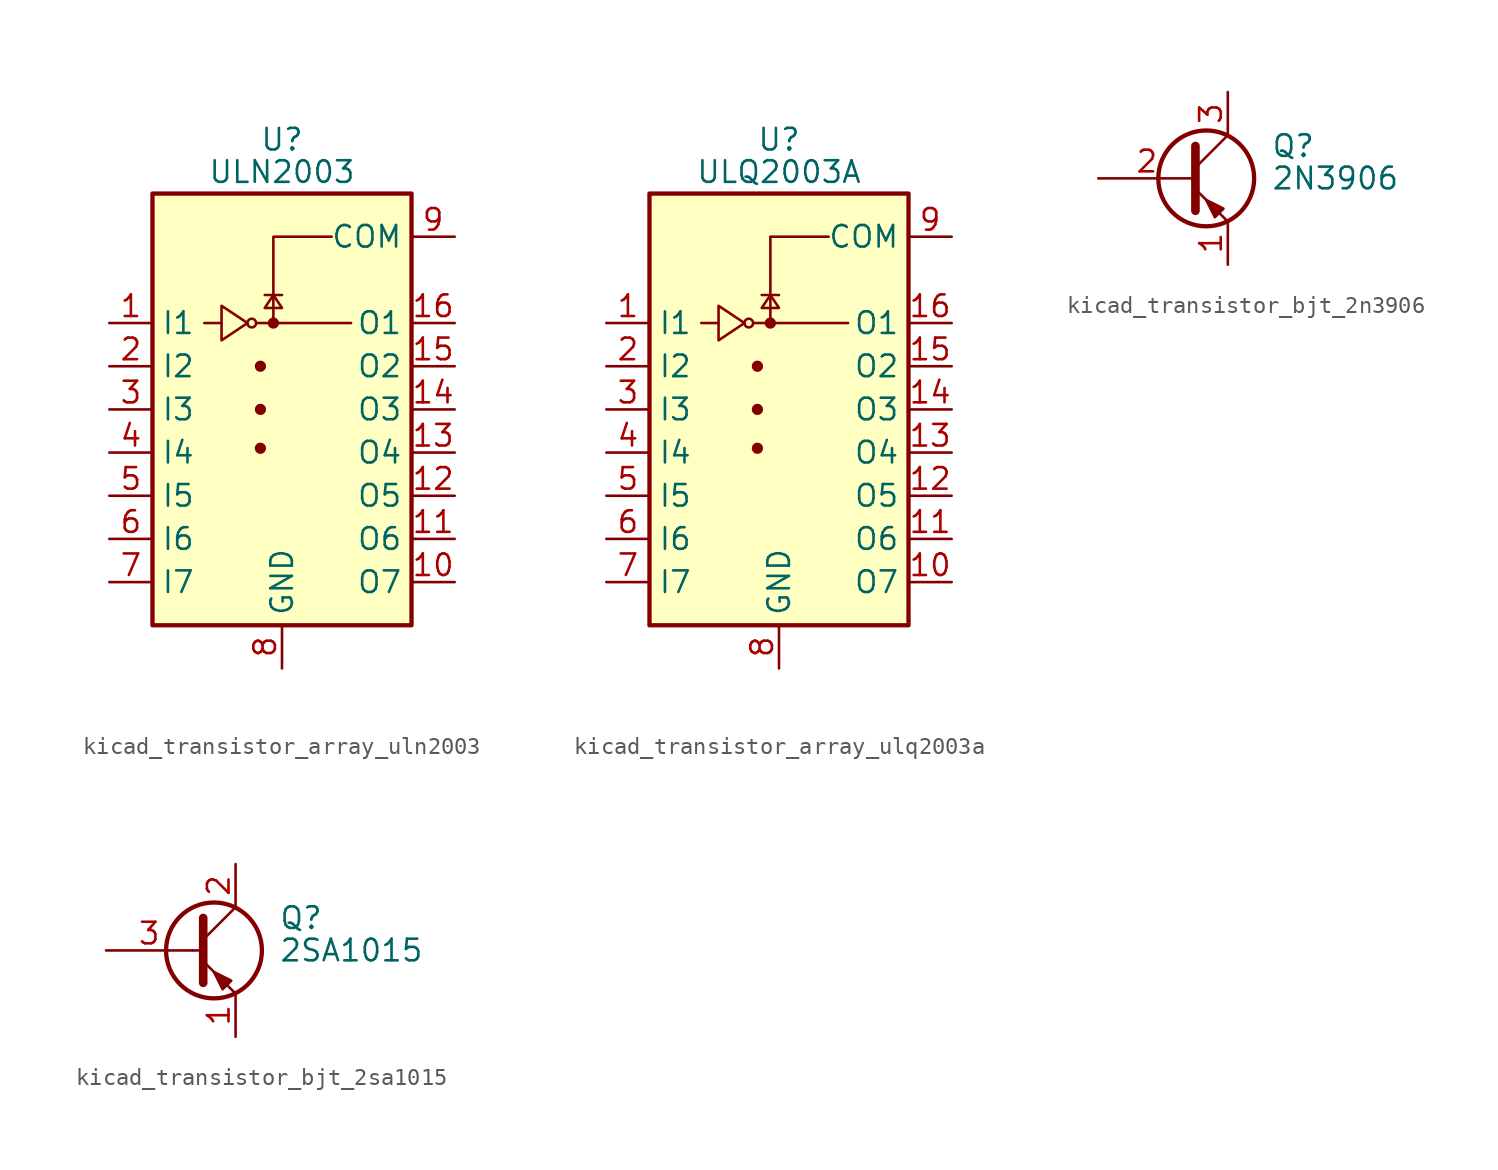
<source format=kicad_sym>
(kicad_symbol_lib
  (version 20220914)
  (generator kicad_symbol_editor)
  (symbol "kicad_transistor_array_uln2003"
    (property "Reference" "U"
      (at 0 15.875 0)
      (effects (font (size 1.27 1.27))))
    (property "Value" "ULN2003"
      (at 0 13.97 0)
      (effects (font (size 1.27 1.27))))
    (symbol "kicad_transistor_array_uln2003_0_1"
      (rectangle (start -7.62 -12.7) (end 7.62 12.7) (stroke (width 0.254) (type default)) (fill (type background)))
      (circle (center -1.778 5.08) (radius 0.254) (stroke (width 0) (type default)) (fill (type none)))
      (circle (center -1.27 -2.286) (radius 0.254) (stroke (width 0) (type default)) (fill (type outline)))
      (circle (center -1.27 0) (radius 0.254) (stroke (width 0) (type default)) (fill (type outline)))
      (circle (center -1.27 2.54) (radius 0.254) (stroke (width 0) (type default)) (fill (type outline)))
      (circle (center -0.508 5.08) (radius 0.254) (stroke (width 0) (type default)) (fill (type outline)))
      (polyline (pts (xy -4.572 5.08) (xy -3.556 5.08)) (stroke (width 0) (type default)) (fill (type none)))
      (polyline (pts (xy -1.524 5.08) (xy 4.064 5.08)) (stroke (width 0) (type default)) (fill (type none)))
      (polyline (pts (xy 0 6.731) (xy -1.016 6.731)) (stroke (width 0) (type default)) (fill (type none)))
      (polyline (pts (xy -0.508 5.08) (xy -0.508 10.16) (xy 2.921 10.16)) (stroke (width 0) (type default)) (fill (type none)))
      (polyline (pts (xy -3.556 6.096) (xy -3.556 4.064) (xy -2.032 5.08) (xy -3.556 6.096)) (stroke (width 0) (type default)) (fill (type none)))
      (polyline (pts (xy 0 5.969) (xy -1.016 5.969) (xy -0.508 6.731) (xy 0 5.969)) (stroke (width 0) (type default)) (fill (type none))))
    (symbol "kicad_transistor_array_uln2003_1_1"
      (pin input line (at -10.16 5.08 0) (length 2.54) (name "I1" (effects (font (size 1.27 1.27)))) (number "1" (effects (font (size 1.27 1.27)))))
      (pin open_collector line (at 10.16 -10.16 180) (length 2.54) (name "O7" (effects (font (size 1.27 1.27)))) (number "10" (effects (font (size 1.27 1.27)))))
      (pin open_collector line (at 10.16 -7.62 180) (length 2.54) (name "O6" (effects (font (size 1.27 1.27)))) (number "11" (effects (font (size 1.27 1.27)))))
      (pin open_collector line (at 10.16 -5.08 180) (length 2.54) (name "O5" (effects (font (size 1.27 1.27)))) (number "12" (effects (font (size 1.27 1.27)))))
      (pin open_collector line (at 10.16 -2.54 180) (length 2.54) (name "O4" (effects (font (size 1.27 1.27)))) (number "13" (effects (font (size 1.27 1.27)))))
      (pin open_collector line (at 10.16 0 180) (length 2.54) (name "O3" (effects (font (size 1.27 1.27)))) (number "14" (effects (font (size 1.27 1.27)))))
      (pin open_collector line (at 10.16 2.54 180) (length 2.54) (name "O2" (effects (font (size 1.27 1.27)))) (number "15" (effects (font (size 1.27 1.27)))))
      (pin open_collector line (at 10.16 5.08 180) (length 2.54) (name "O1" (effects (font (size 1.27 1.27)))) (number "16" (effects (font (size 1.27 1.27)))))
      (pin input line (at -10.16 2.54 0) (length 2.54) (name "I2" (effects (font (size 1.27 1.27)))) (number "2" (effects (font (size 1.27 1.27)))))
      (pin input line (at -10.16 0 0) (length 2.54) (name "I3" (effects (font (size 1.27 1.27)))) (number "3" (effects (font (size 1.27 1.27)))))
      (pin input line (at -10.16 -2.54 0) (length 2.54) (name "I4" (effects (font (size 1.27 1.27)))) (number "4" (effects (font (size 1.27 1.27)))))
      (pin input line (at -10.16 -5.08 0) (length 2.54) (name "I5" (effects (font (size 1.27 1.27)))) (number "5" (effects (font (size 1.27 1.27)))))
      (pin input line (at -10.16 -7.62 0) (length 2.54) (name "I6" (effects (font (size 1.27 1.27)))) (number "6" (effects (font (size 1.27 1.27)))))
      (pin input line (at -10.16 -10.16 0) (length 2.54) (name "I7" (effects (font (size 1.27 1.27)))) (number "7" (effects (font (size 1.27 1.27)))))
      (pin power_in line (at 0 -15.24 90) (length 2.54) (name "GND" (effects (font (size 1.27 1.27)))) (number "8" (effects (font (size 1.27 1.27)))))
      (pin passive line (at 10.16 10.16 180) (length 2.54) (name "COM" (effects (font (size 1.27 1.27)))) (number "9" (effects (font (size 1.27 1.27)))))))
  (symbol "kicad_transistor_array_ulq2003a"
    (property "Reference" "U"
      (at 0 15.875 0)
      (effects (font (size 1.27 1.27))))
    (property "Value" "ULQ2003A"
      (at 0 13.97 0)
      (effects (font (size 1.27 1.27))))
    (symbol "kicad_transistor_array_ulq2003a_0_1"
      (rectangle (start -7.62 -12.7) (end 7.62 12.7) (stroke (width 0.254) (type default)) (fill (type background)))
      (circle (center -1.778 5.08) (radius 0.254) (stroke (width 0) (type default)) (fill (type none)))
      (circle (center -1.27 -2.286) (radius 0.254) (stroke (width 0) (type default)) (fill (type outline)))
      (circle (center -1.27 0) (radius 0.254) (stroke (width 0) (type default)) (fill (type outline)))
      (circle (center -1.27 2.54) (radius 0.254) (stroke (width 0) (type default)) (fill (type outline)))
      (circle (center -0.508 5.08) (radius 0.254) (stroke (width 0) (type default)) (fill (type outline)))
      (polyline (pts (xy -4.572 5.08) (xy -3.556 5.08)) (stroke (width 0) (type default)) (fill (type none)))
      (polyline (pts (xy -1.524 5.08) (xy 4.064 5.08)) (stroke (width 0) (type default)) (fill (type none)))
      (polyline (pts (xy 0 6.731) (xy -1.016 6.731)) (stroke (width 0) (type default)) (fill (type none)))
      (polyline (pts (xy -0.508 5.08) (xy -0.508 10.16) (xy 2.921 10.16)) (stroke (width 0) (type default)) (fill (type none)))
      (polyline (pts (xy -3.556 6.096) (xy -3.556 4.064) (xy -2.032 5.08) (xy -3.556 6.096)) (stroke (width 0) (type default)) (fill (type none)))
      (polyline (pts (xy 0 5.969) (xy -1.016 5.969) (xy -0.508 6.731) (xy 0 5.969)) (stroke (width 0) (type default)) (fill (type none))))
    (symbol "kicad_transistor_array_ulq2003a_1_1"
      (pin input line (at -10.16 5.08 0) (length 2.54) (name "I1" (effects (font (size 1.27 1.27)))) (number "1" (effects (font (size 1.27 1.27)))))
      (pin open_collector line (at 10.16 -10.16 180) (length 2.54) (name "O7" (effects (font (size 1.27 1.27)))) (number "10" (effects (font (size 1.27 1.27)))))
      (pin open_collector line (at 10.16 -7.62 180) (length 2.54) (name "O6" (effects (font (size 1.27 1.27)))) (number "11" (effects (font (size 1.27 1.27)))))
      (pin open_collector line (at 10.16 -5.08 180) (length 2.54) (name "O5" (effects (font (size 1.27 1.27)))) (number "12" (effects (font (size 1.27 1.27)))))
      (pin open_collector line (at 10.16 -2.54 180) (length 2.54) (name "O4" (effects (font (size 1.27 1.27)))) (number "13" (effects (font (size 1.27 1.27)))))
      (pin open_collector line (at 10.16 0 180) (length 2.54) (name "O3" (effects (font (size 1.27 1.27)))) (number "14" (effects (font (size 1.27 1.27)))))
      (pin open_collector line (at 10.16 2.54 180) (length 2.54) (name "O2" (effects (font (size 1.27 1.27)))) (number "15" (effects (font (size 1.27 1.27)))))
      (pin open_collector line (at 10.16 5.08 180) (length 2.54) (name "O1" (effects (font (size 1.27 1.27)))) (number "16" (effects (font (size 1.27 1.27)))))
      (pin input line (at -10.16 2.54 0) (length 2.54) (name "I2" (effects (font (size 1.27 1.27)))) (number "2" (effects (font (size 1.27 1.27)))))
      (pin input line (at -10.16 0 0) (length 2.54) (name "I3" (effects (font (size 1.27 1.27)))) (number "3" (effects (font (size 1.27 1.27)))))
      (pin input line (at -10.16 -2.54 0) (length 2.54) (name "I4" (effects (font (size 1.27 1.27)))) (number "4" (effects (font (size 1.27 1.27)))))
      (pin input line (at -10.16 -5.08 0) (length 2.54) (name "I5" (effects (font (size 1.27 1.27)))) (number "5" (effects (font (size 1.27 1.27)))))
      (pin input line (at -10.16 -7.62 0) (length 2.54) (name "I6" (effects (font (size 1.27 1.27)))) (number "6" (effects (font (size 1.27 1.27)))))
      (pin input line (at -10.16 -10.16 0) (length 2.54) (name "I7" (effects (font (size 1.27 1.27)))) (number "7" (effects (font (size 1.27 1.27)))))
      (pin power_in line (at 0 -15.24 90) (length 2.54) (name "GND" (effects (font (size 1.27 1.27)))) (number "8" (effects (font (size 1.27 1.27)))))
      (pin passive line (at 10.16 10.16 180) (length 2.54) (name "COM" (effects (font (size 1.27 1.27)))) (number "9" (effects (font (size 1.27 1.27)))))))
  (symbol "kicad_transistor_bjt_2n3906"
    (pin_names
      (offset 0) hide)
    (property "Reference" "Q"
      (at 5.08 1.905 0)
      (effects (font (size 1.27 1.27)) (justify left)))
    (property "Value" "2N3906"
      (at 5.08 0 0)
      (effects (font (size 1.27 1.27)) (justify left)))
    (symbol "kicad_transistor_bjt_2n3906_0_1"
      (polyline (pts (xy 0.635 0.635) (xy 2.54 2.54)) (stroke (width 0) (type default)) (fill (type none)))
      (polyline (pts (xy 0.635 -0.635) (xy 2.54 -2.54) (xy 2.54 -2.54)) (stroke (width 0) (type default)) (fill (type none)))
      (polyline (pts (xy 0.635 1.905) (xy 0.635 -1.905) (xy 0.635 -1.905)) (stroke (width 0.508) (type default)) (fill (type none)))
      (polyline (pts (xy 2.286 -1.778) (xy 1.778 -2.286) (xy 1.27 -1.27) (xy 2.286 -1.778) (xy 2.286 -1.778)) (stroke (width 0) (type default)) (fill (type outline)))
      (circle (center 1.27 0) (radius 2.819) (stroke (width 0.254) (type default)) (fill (type none))))
    (symbol "kicad_transistor_bjt_2n3906_1_1"
      (pin passive line (at 2.54 -5.08 90) (length 2.54) (name "E" (effects (font (size 1.27 1.27)))) (number "1" (effects (font (size 1.27 1.27)))))
      (pin input line (at -5.08 0 0) (length 5.715) (name "B" (effects (font (size 1.27 1.27)))) (number "2" (effects (font (size 1.27 1.27)))))
      (pin passive line (at 2.54 5.08 270) (length 2.54) (name "C" (effects (font (size 1.27 1.27)))) (number "3" (effects (font (size 1.27 1.27)))))))
  (symbol "kicad_transistor_bjt_2sa1015"
    (pin_names
      (offset 0) hide)
    (property "Reference" "Q"
      (at 5.08 1.905 0)
      (effects (font (size 1.27 1.27)) (justify left)))
    (property "Value" "2SA1015"
      (at 5.08 0 0)
      (effects (font (size 1.27 1.27)) (justify left)))
    (symbol "kicad_transistor_bjt_2sa1015_0_1"
      (polyline (pts (xy 0 0) (xy 0.635 0)) (stroke (width 0) (type default)) (fill (type none)))
      (polyline (pts (xy 2.54 -2.54) (xy 0.635 -0.635)) (stroke (width 0) (type default)) (fill (type none)))
      (polyline (pts (xy 2.54 2.54) (xy 0.635 0.635)) (stroke (width 0) (type default)) (fill (type none)))
      (polyline (pts (xy 0.635 1.905) (xy 0.635 -1.905) (xy 0.635 -1.905)) (stroke (width 0.508) (type default)) (fill (type outline)))
      (polyline (pts (xy 1.778 -2.286) (xy 2.286 -1.778) (xy 1.27 -1.27) (xy 1.778 -2.286) (xy 1.778 -2.286)) (stroke (width 0) (type default)) (fill (type outline)))
      (circle (center 1.27 0) (radius 2.819) (stroke (width 0.254) (type default)) (fill (type none))))
    (symbol "kicad_transistor_bjt_2sa1015_1_1"
      (pin passive line (at 2.54 -5.08 90) (length 2.54) (name "E" (effects (font (size 1.27 1.27)))) (number "1" (effects (font (size 1.27 1.27)))))
      (pin passive line (at 2.54 5.08 270) (length 2.54) (name "C" (effects (font (size 1.27 1.27)))) (number "2" (effects (font (size 1.27 1.27)))))
      (pin input line (at -5.08 0 0) (length 5.08) (name "B" (effects (font (size 1.27 1.27)))) (number "3" (effects (font (size 1.27 1.27))))))))
</source>
